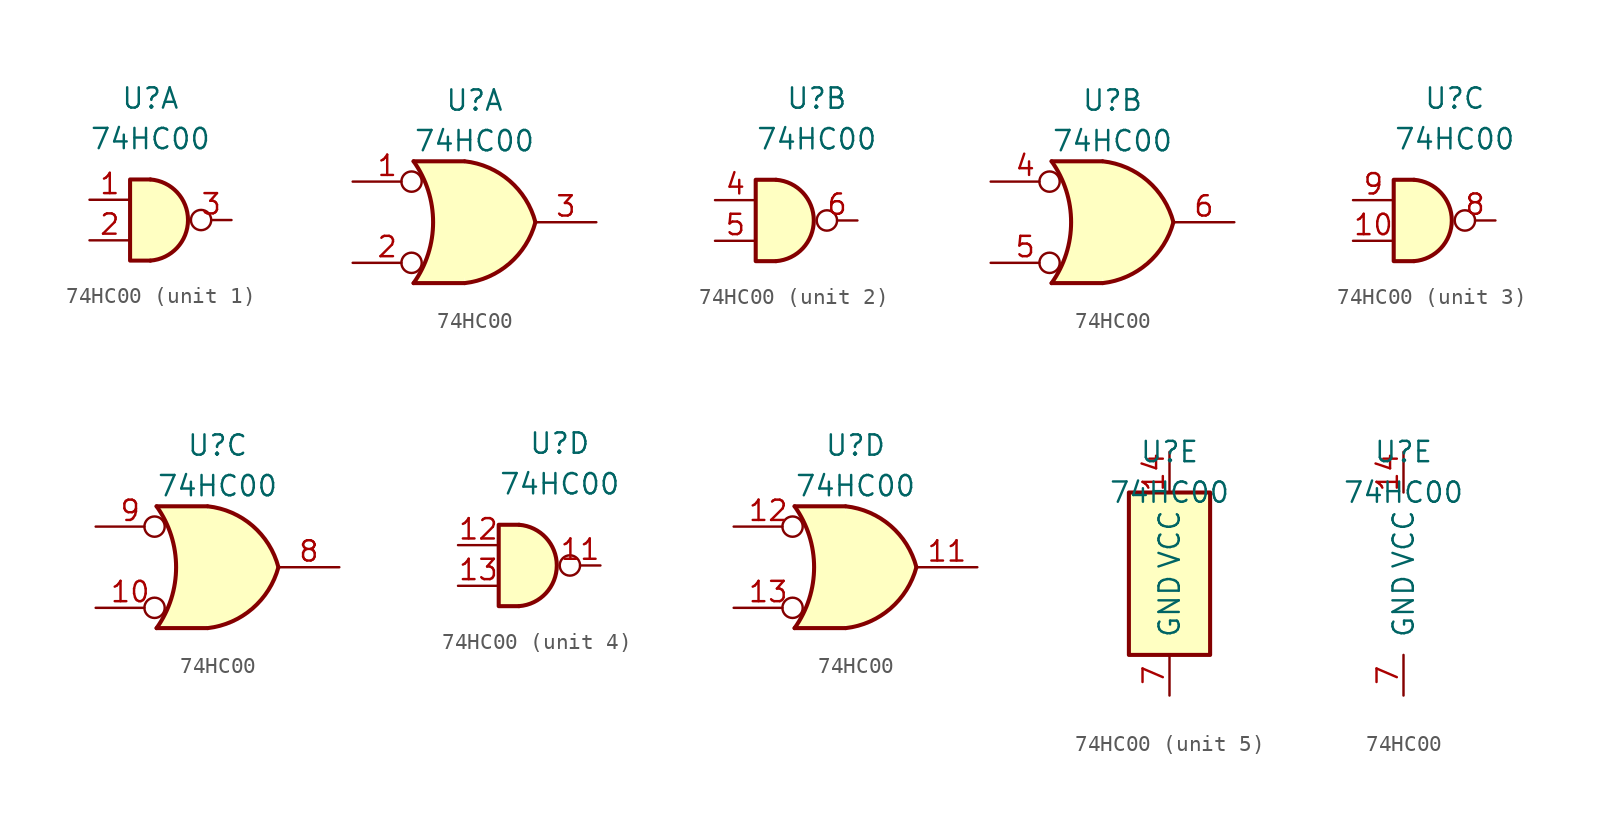
<source format=kicad_sym>
(kicad_symbol_lib
  (version 20220914)
  (generator kicad_symbol_editor)
  (symbol "74HC00"
    (pin_names
      (offset 1.016))
    (property "Reference" "U"
      (at 0 7.62 0)
      (effects (font (size 1.27 1.27))))
    (property "Value" "74HC00"
      (at 0 5.08 0)
      (effects (font (size 1.27 1.27))))
    (property "ki_locked" ""
      (at 0 0 0)
      (effects (font (size 1.27 1.27))))
    (symbol "74HC00_1_1"
      (arc (start 0 -2.54) (mid 2.3571 0) (end 0 2.54) (stroke (width 0.254) (type default)) (fill (type background)))
      (polyline (pts (xy 0 2.54) (xy -1.27 2.54) (xy -1.27 -2.54) (xy 0 -2.54)) (stroke (width 0.254) (type default)) (fill (type background)))
      (pin input line (at -3.81 1.27 0) (length 2.54) (name "~" (effects (font (size 1.27 1.27)))) (number "1" (effects (font (size 1.27 1.27)))))
      (pin input line (at -3.81 -1.27 0) (length 2.54) (name "~" (effects (font (size 1.27 1.27)))) (number "2" (effects (font (size 1.27 1.27)))))
      (pin output inverted (at 5.08 0 180) (length 2.54) (name "~" (effects (font (size 1.27 1.27)))) (number "3" (effects (font (size 1.27 1.27))))))
    (symbol "74HC00_1_2"
      (arc (start -3.81 -3.81) (mid -2.589 0) (end -3.81 3.81) (stroke (width 0.254) (type default)) (fill (type none)))
      (arc (start -0.6096 -3.81) (mid 2.1842 -2.5851) (end 3.81 0) (stroke (width 0.254) (type default)) (fill (type background)))
      (polyline (pts (xy -3.81 -3.81) (xy -0.635 -3.81)) (stroke (width 0.254) (type default)) (fill (type background)))
      (polyline (pts (xy -3.81 3.81) (xy -0.635 3.81)) (stroke (width 0.254) (type default)) (fill (type background)))
      (polyline (pts (xy -0.635 3.81) (xy -3.81 3.81) (xy -3.81 3.81) (xy -3.556 3.404) (xy -3.023 2.261) (xy -2.692 1.041) (xy -2.616 -0.254) (xy -2.769 -1.499) (xy -3.175 -2.718) (xy -3.81 -3.81) (xy -3.81 -3.81) (xy -0.635 -3.81)) (stroke (width -25.4) (type default)) (fill (type background)))
      (arc (start 3.81 0) (mid 2.1915 2.5936) (end -0.6096 3.81) (stroke (width 0.254) (type default)) (fill (type background)))
      (pin input inverted (at -7.62 2.54 0) (length 4.318) (name "~" (effects (font (size 1.27 1.27)))) (number "1" (effects (font (size 1.27 1.27)))))
      (pin input inverted (at -7.62 -2.54 0) (length 4.318) (name "~" (effects (font (size 1.27 1.27)))) (number "2" (effects (font (size 1.27 1.27)))))
      (pin output line (at 7.62 0 180) (length 3.81) (name "~" (effects (font (size 1.27 1.27)))) (number "3" (effects (font (size 1.27 1.27))))))
    (symbol "74HC00_2_1"
      (arc (start -2.54 -2.54) (mid -0.1829 0) (end -2.54 2.54) (stroke (width 0.254) (type default)) (fill (type background)))
      (polyline (pts (xy -2.54 2.54) (xy -3.81 2.54) (xy -3.81 -2.54) (xy -2.54 -2.54)) (stroke (width 0.254) (type default)) (fill (type background)))
      (pin input line (at -6.35 1.27 0) (length 2.54) (name "~" (effects (font (size 1.27 1.27)))) (number "4" (effects (font (size 1.27 1.27)))))
      (pin input line (at -6.35 -1.27 0) (length 2.54) (name "~" (effects (font (size 1.27 1.27)))) (number "5" (effects (font (size 1.27 1.27)))))
      (pin output inverted (at 2.54 0 180) (length 2.54) (name "~" (effects (font (size 1.27 1.27)))) (number "6" (effects (font (size 1.27 1.27))))))
    (symbol "74HC00_2_2"
      (arc (start -3.81 -3.81) (mid -2.589 0) (end -3.81 3.81) (stroke (width 0.254) (type default)) (fill (type none)))
      (arc (start -0.6096 -3.81) (mid 2.1842 -2.5851) (end 3.81 0) (stroke (width 0.254) (type default)) (fill (type background)))
      (polyline (pts (xy -3.81 -3.81) (xy -0.635 -3.81)) (stroke (width 0.254) (type default)) (fill (type background)))
      (polyline (pts (xy -3.81 3.81) (xy -0.635 3.81)) (stroke (width 0.254) (type default)) (fill (type background)))
      (polyline (pts (xy -0.635 3.81) (xy -3.81 3.81) (xy -3.81 3.81) (xy -3.556 3.404) (xy -3.023 2.261) (xy -2.692 1.041) (xy -2.616 -0.254) (xy -2.769 -1.499) (xy -3.175 -2.718) (xy -3.81 -3.81) (xy -3.81 -3.81) (xy -0.635 -3.81)) (stroke (width -25.4) (type default)) (fill (type background)))
      (arc (start 3.81 0) (mid 2.1915 2.5936) (end -0.6096 3.81) (stroke (width 0.254) (type default)) (fill (type background)))
      (pin input inverted (at -7.62 2.54 0) (length 4.318) (name "~" (effects (font (size 1.27 1.27)))) (number "4" (effects (font (size 1.27 1.27)))))
      (pin input inverted (at -7.62 -2.54 0) (length 4.318) (name "~" (effects (font (size 1.27 1.27)))) (number "5" (effects (font (size 1.27 1.27)))))
      (pin output line (at 7.62 0 180) (length 3.81) (name "~" (effects (font (size 1.27 1.27)))) (number "6" (effects (font (size 1.27 1.27))))))
    (symbol "74HC00_3_1"
      (arc (start -2.54 -2.54) (mid -0.1829 0) (end -2.54 2.54) (stroke (width 0.254) (type default)) (fill (type background)))
      (polyline (pts (xy -2.54 2.54) (xy -3.81 2.54) (xy -3.81 -2.54) (xy -2.54 -2.54)) (stroke (width 0.254) (type default)) (fill (type background)))
      (pin input line (at -6.35 -1.27 0) (length 2.54) (name "~" (effects (font (size 1.27 1.27)))) (number "10" (effects (font (size 1.27 1.27)))))
      (pin output inverted (at 2.54 0 180) (length 2.54) (name "~" (effects (font (size 1.27 1.27)))) (number "8" (effects (font (size 1.27 1.27)))))
      (pin input line (at -6.35 1.27 0) (length 2.54) (name "~" (effects (font (size 1.27 1.27)))) (number "9" (effects (font (size 1.27 1.27))))))
    (symbol "74HC00_3_2"
      (arc (start -3.81 -3.81) (mid -2.589 0) (end -3.81 3.81) (stroke (width 0.254) (type default)) (fill (type none)))
      (arc (start -0.6096 -3.81) (mid 2.1842 -2.5851) (end 3.81 0) (stroke (width 0.254) (type default)) (fill (type background)))
      (polyline (pts (xy -3.81 -3.81) (xy -0.635 -3.81)) (stroke (width 0.254) (type default)) (fill (type background)))
      (polyline (pts (xy -3.81 3.81) (xy -0.635 3.81)) (stroke (width 0.254) (type default)) (fill (type background)))
      (polyline (pts (xy -0.635 3.81) (xy -3.81 3.81) (xy -3.81 3.81) (xy -3.556 3.404) (xy -3.023 2.261) (xy -2.692 1.041) (xy -2.616 -0.254) (xy -2.769 -1.499) (xy -3.175 -2.718) (xy -3.81 -3.81) (xy -3.81 -3.81) (xy -0.635 -3.81)) (stroke (width -25.4) (type default)) (fill (type background)))
      (arc (start 3.81 0) (mid 2.1915 2.5936) (end -0.6096 3.81) (stroke (width 0.254) (type default)) (fill (type background)))
      (pin input inverted (at -7.62 -2.54 0) (length 4.318) (name "~" (effects (font (size 1.27 1.27)))) (number "10" (effects (font (size 1.27 1.27)))))
      (pin output line (at 7.62 0 180) (length 3.81) (name "~" (effects (font (size 1.27 1.27)))) (number "8" (effects (font (size 1.27 1.27)))))
      (pin input inverted (at -7.62 2.54 0) (length 4.318) (name "~" (effects (font (size 1.27 1.27)))) (number "9" (effects (font (size 1.27 1.27))))))
    (symbol "74HC00_4_1"
      (arc (start -2.54 -2.54) (mid -0.1829 0) (end -2.54 2.54) (stroke (width 0.254) (type default)) (fill (type background)))
      (polyline (pts (xy -2.54 2.54) (xy -3.81 2.54) (xy -3.81 -2.54) (xy -2.54 -2.54)) (stroke (width 0.254) (type default)) (fill (type background)))
      (pin output inverted (at 2.54 0 180) (length 2.54) (name "~" (effects (font (size 1.27 1.27)))) (number "11" (effects (font (size 1.27 1.27)))))
      (pin input line (at -6.35 1.27 0) (length 2.54) (name "~" (effects (font (size 1.27 1.27)))) (number "12" (effects (font (size 1.27 1.27)))))
      (pin input line (at -6.35 -1.27 0) (length 2.54) (name "~" (effects (font (size 1.27 1.27)))) (number "13" (effects (font (size 1.27 1.27))))))
    (symbol "74HC00_4_2"
      (arc (start -3.81 -3.81) (mid -2.589 0) (end -3.81 3.81) (stroke (width 0.254) (type default)) (fill (type none)))
      (arc (start -0.6096 -3.81) (mid 2.1842 -2.5851) (end 3.81 0) (stroke (width 0.254) (type default)) (fill (type background)))
      (polyline (pts (xy -3.81 -3.81) (xy -0.635 -3.81)) (stroke (width 0.254) (type default)) (fill (type background)))
      (polyline (pts (xy -3.81 3.81) (xy -0.635 3.81)) (stroke (width 0.254) (type default)) (fill (type background)))
      (polyline (pts (xy -0.635 3.81) (xy -3.81 3.81) (xy -3.81 3.81) (xy -3.556 3.404) (xy -3.023 2.261) (xy -2.692 1.041) (xy -2.616 -0.254) (xy -2.769 -1.499) (xy -3.175 -2.718) (xy -3.81 -3.81) (xy -3.81 -3.81) (xy -0.635 -3.81)) (stroke (width -25.4) (type default)) (fill (type background)))
      (arc (start 3.81 0) (mid 2.1915 2.5936) (end -0.6096 3.81) (stroke (width 0.254) (type default)) (fill (type background)))
      (pin output line (at 7.62 0 180) (length 3.81) (name "~" (effects (font (size 1.27 1.27)))) (number "11" (effects (font (size 1.27 1.27)))))
      (pin input inverted (at -7.62 2.54 0) (length 4.318) (name "~" (effects (font (size 1.27 1.27)))) (number "12" (effects (font (size 1.27 1.27)))))
      (pin input inverted (at -7.62 -2.54 0) (length 4.318) (name "~" (effects (font (size 1.27 1.27)))) (number "13" (effects (font (size 1.27 1.27))))))
    (symbol "74HC00_5_0"
      (pin power_in line (at 0 7.62 270) (length 2.54) (name "VCC" (effects (font (size 1.27 1.27)))) (number "14" (effects (font (size 1.27 1.27)))))
      (pin power_in line (at 0 -7.62 90) (length 2.54) (name "GND" (effects (font (size 1.27 1.27)))) (number "7" (effects (font (size 1.27 1.27))))))
    (symbol "74HC00_5_1"
      (rectangle (start -2.54 5.08) (end 2.54 -5.08) (stroke (width 0.254) (type default)) (fill (type background))))))
</source>
